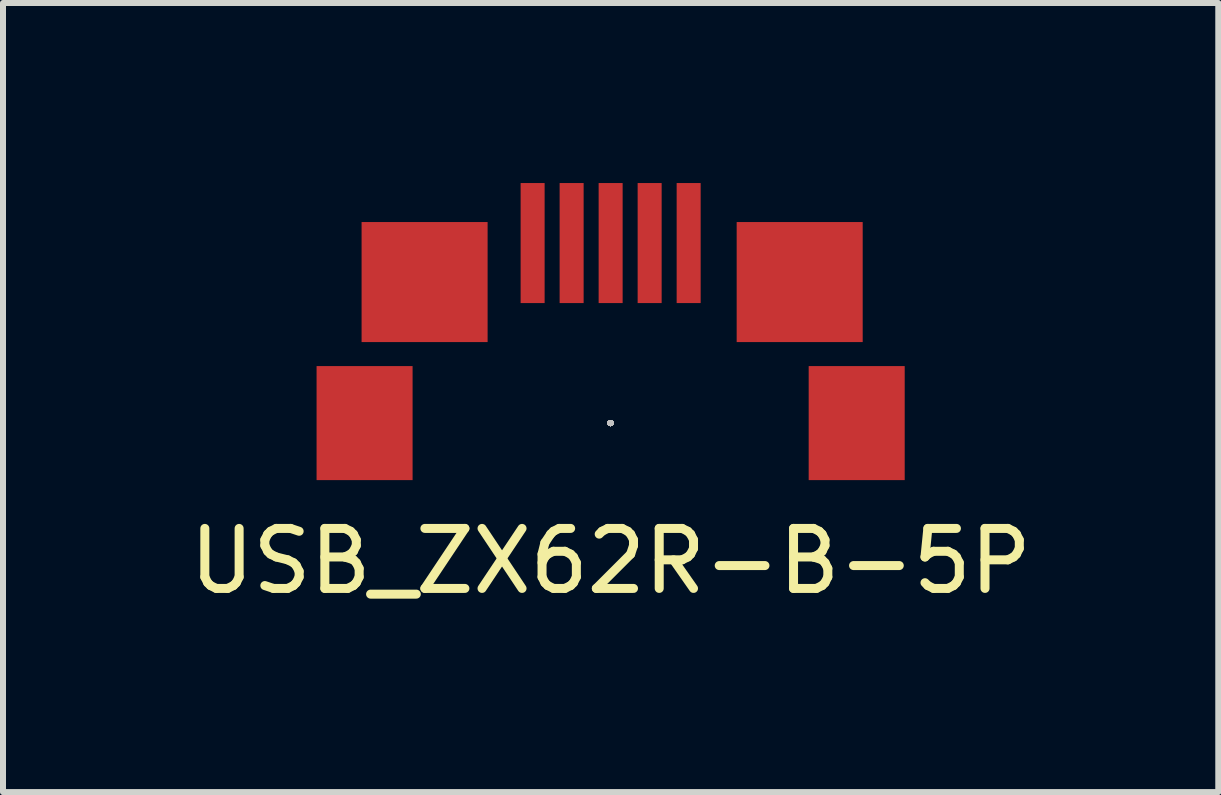
<source format=kicad_pcb>
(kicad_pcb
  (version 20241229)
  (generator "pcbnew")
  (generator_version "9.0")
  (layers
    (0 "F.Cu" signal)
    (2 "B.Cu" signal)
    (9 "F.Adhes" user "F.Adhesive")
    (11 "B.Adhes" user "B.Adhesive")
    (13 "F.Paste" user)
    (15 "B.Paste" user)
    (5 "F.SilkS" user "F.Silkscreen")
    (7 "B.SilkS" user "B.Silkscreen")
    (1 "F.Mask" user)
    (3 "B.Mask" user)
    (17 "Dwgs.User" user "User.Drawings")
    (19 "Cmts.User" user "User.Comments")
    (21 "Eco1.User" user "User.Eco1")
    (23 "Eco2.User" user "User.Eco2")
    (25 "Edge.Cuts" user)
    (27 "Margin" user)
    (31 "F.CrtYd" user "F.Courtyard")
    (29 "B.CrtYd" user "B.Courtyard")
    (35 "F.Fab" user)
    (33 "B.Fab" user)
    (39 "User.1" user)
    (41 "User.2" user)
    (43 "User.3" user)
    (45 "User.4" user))
  (footprint "USB_ZX62R-B-5P"
    (layer "F.Cu")
    (at 7.125 4)
    (property "Reference" "USB_ZX62R-B-5P" (at 0 2.3 0) (layer "F.SilkS") (effects (font (size 1 1) (thickness 0.15))))
    (attr through_hole)
    (fp_line (start 0 0) (end 0 0) (stroke (width 0.1) (type solid)) (layer "Dwgs.User"))
    (fp_line (start 0 0) (end 0 0) (stroke (width 0.1) (type solid)) (layer "Dwgs.User"))
    (fp_line (start 0 0) (end 0 0) (stroke (width 0.1) (type solid)) (layer "Dwgs.User"))
    (fp_line (start 0 0) (end 0 0) (stroke (width 0.1) (type solid)) (layer "Dwgs.User"))
    (fp_line (start 0 0) (end 0 0) (stroke (width 0.1) (type solid)) (layer "Dwgs.User"))
    (fp_line (start 0 0) (end 0 0) (stroke (width 0.1) (type solid)) (layer "Dwgs.User"))
    (fp_line (start 0 0) (end 0 0) (stroke (width 0.1) (type solid)) (layer "Dwgs.User"))
    (fp_line (start 0 0) (end 0 0) (stroke (width 0.1) (type solid)) (layer "Dwgs.User"))
    (fp_line (start 0 0) (end 0 0) (stroke (width 0.1) (type solid)) (layer "Dwgs.User"))
    (fp_line (start 0 0) (end 0 0) (stroke (width 0.1) (type solid)) (layer "Dwgs.User"))
    (fp_line (start 0 0) (end 0 0) (stroke (width 0.1) (type solid)) (layer "Dwgs.User"))
    (fp_line (start 0 0) (end 0 0) (stroke (width 0.1) (type solid)) (layer "Dwgs.User"))
    (fp_line (start 0 0) (end 0 0) (stroke (width 0.1) (type solid)) (layer "Dwgs.User"))
    (fp_line (start 0 0) (end 0 0) (stroke (width 0.1) (type solid)) (layer "Dwgs.User"))
    (fp_line (start 0 0) (end 0 0) (stroke (width 0.1) (type solid)) (layer "Dwgs.User"))
    (fp_line (start 0 0) (end 0 0) (stroke (width 0.1) (type solid)) (layer "Dwgs.User"))
    (fp_line (start 0 0) (end 0 0) (stroke (width 0.1) (type solid)) (layer "Dwgs.User"))
    (fp_line (start 0 0) (end 0 0) (stroke (width 0.1) (type solid)) (layer "Dwgs.User"))
    (fp_line (start 0 0) (end 0 0) (stroke (width 0.1) (type solid)) (layer "Dwgs.User"))
    (fp_line (start 0 0) (end 0 0) (stroke (width 0.1) (type solid)) (layer "Dwgs.User"))
    (fp_line (start 0 0) (end 0 0) (stroke (width 0.1) (type solid)) (layer "Dwgs.User"))
    (fp_line (start 0 0) (end 0 0) (stroke (width 0.1) (type solid)) (layer "Dwgs.User"))
    (fp_line (start 0 0) (end 0 0) (stroke (width 0.1) (type solid)) (layer "Dwgs.User"))
    (fp_line (start 0 0) (end 0 0) (stroke (width 0.1) (type solid)) (layer "Dwgs.User"))
    (fp_line (start 0 0) (end 0 0) (stroke (width 0.1) (type solid)) (layer "Dwgs.User"))
    (fp_line (start 0 0) (end 0 0) (stroke (width 0.1) (type solid)) (layer "Dwgs.User"))
    (fp_line (start 0 0) (end 0 0) (stroke (width 0.1) (type solid)) (layer "Dwgs.User"))
    (fp_line (start 0 0) (end 0 0) (stroke (width 0.1) (type solid)) (layer "Dwgs.User"))
    (fp_line (start 0 0) (end 0 0) (stroke (width 0.1) (type solid)) (layer "Dwgs.User"))
    (fp_line (start 0 0) (end 0 0) (stroke (width 0.1) (type solid)) (layer "Dwgs.User"))
    (fp_line (start 0 0) (end 0 0) (stroke (width 0.1) (type solid)) (layer "Dwgs.User"))
    (fp_line (start 0 0) (end 0 0) (stroke (width 0.1) (type solid)) (layer "Dwgs.User"))
    (fp_line (start 0 0) (end 0 0) (stroke (width 0.1) (type solid)) (layer "Dwgs.User"))
    (fp_line (start 0 0) (end 0 0) (stroke (width 0.1) (type solid)) (layer "Dwgs.User"))
    (fp_line (start 0 0) (end 0 0) (stroke (width 0.1) (type solid)) (layer "Dwgs.User"))
    (fp_line (start 0 0) (end 0 0) (stroke (width 0.1) (type solid)) (layer "Dwgs.User"))
    (fp_line (start 0 0) (end 0 0) (stroke (width 0.1) (type solid)) (layer "Dwgs.User"))
    (fp_line (start 0 0) (end 0 0) (stroke (width 0.1) (type solid)) (layer "Dwgs.User"))
    (fp_line (start 0 0) (end 0 0) (stroke (width 0.1) (type solid)) (layer "Dwgs.User"))
    (fp_line (start 0 0) (end 0 0) (stroke (width 0.1) (type solid)) (layer "Dwgs.User"))
    (fp_line (start 0 0) (end 0 0) (stroke (width 0.1) (type solid)) (layer "Dwgs.User"))
    (fp_line (start 0 0) (end 0 0) (stroke (width 0.1) (type solid)) (layer "Dwgs.User"))
    (fp_line (start 0 0) (end 0 0) (stroke (width 0.1) (type solid)) (layer "Dwgs.User"))
    (fp_line (start 0 0) (end 0 0) (stroke (width 0.1) (type solid)) (layer "Dwgs.User"))
    (fp_line (start 0 0) (end 0 0) (stroke (width 0.1) (type solid)) (layer "Dwgs.User"))
    (fp_line (start 0 0) (end 0 0) (stroke (width 0.1) (type solid)) (layer "Dwgs.User"))
    (fp_line (start 0 0) (end 0 0) (stroke (width 0.1) (type solid)) (layer "Dwgs.User"))
    (fp_line (start 0 0) (end 0 0) (stroke (width 0.1) (type solid)) (layer "Dwgs.User"))
    (fp_line (start 0 0) (end 0 0) (stroke (width 0.1) (type solid)) (layer "Dwgs.User"))
    (fp_line (start 0 0) (end 0 0) (stroke (width 0.1) (type solid)) (layer "Dwgs.User"))
    (fp_line (start 0 0) (end 0 0) (stroke (width 0.1) (type solid)) (layer "Dwgs.User"))
    (fp_line (start 0 0) (end 0 0) (stroke (width 0.1) (type solid)) (layer "Dwgs.User"))
    (fp_line (start 0 0) (end 0 0) (stroke (width 0.1) (type solid)) (layer "Dwgs.User"))
    (fp_line (start 0 0) (end 0 0) (stroke (width 0.1) (type solid)) (layer "Dwgs.User"))
    (fp_line (start 0 0) (end 0 0) (stroke (width 0.1) (type solid)) (layer "Dwgs.User"))
    (fp_line (start 0 0) (end 0 0) (stroke (width 0.1) (type solid)) (layer "Dwgs.User"))
    (fp_line (start 0 0) (end 0 0) (stroke (width 0.1) (type solid)) (layer "Dwgs.User"))
    (fp_line (start 0 0) (end 0 0) (stroke (width 0.1) (type solid)) (layer "Dwgs.User"))
    (fp_line (start 0 0) (end 0 0) (stroke (width 0.1) (type solid)) (layer "Dwgs.User"))
    (fp_line (start 0 0) (end 0 0) (stroke (width 0.1) (type solid)) (layer "Dwgs.User"))
    (fp_line (start 0 0) (end 0 0) (stroke (width 0.1) (type solid)) (layer "Dwgs.User"))
    (fp_line (start 0 0) (end 0 0) (stroke (width 0.1) (type solid)) (layer "Dwgs.User"))
    (fp_line (start 0 0) (end 0 0) (stroke (width 0.1) (type solid)) (layer "Dwgs.User"))
    (fp_line (start 0 0) (end 0 0) (stroke (width 0.1) (type solid)) (layer "Dwgs.User"))
    (fp_line (start 0 0) (end 0 0) (stroke (width 0.1) (type solid)) (layer "Dwgs.User"))
    (fp_line (start 0 0) (end 0 0) (stroke (width 0.1) (type solid)) (layer "Dwgs.User"))
    (fp_line (start 0 0) (end 0 0) (stroke (width 0.1) (type solid)) (layer "Dwgs.User"))
    (fp_line (start 0 0) (end 0 0) (stroke (width 0.1) (type solid)) (layer "Dwgs.User"))
    (fp_line (start 0 0) (end 0 0) (stroke (width 0.1) (type solid)) (layer "Dwgs.User"))
    (fp_line (start 0 0) (end 0 0) (stroke (width 0.1) (type solid)) (layer "Dwgs.User"))
    (fp_line (start 0 0) (end 0 0) (stroke (width 0.1) (type solid)) (layer "Dwgs.User"))
    (fp_line (start 0 0) (end 0 0) (stroke (width 0.1) (type solid)) (layer "Dwgs.User"))
    (fp_line (start 0 0) (end 0 0) (stroke (width 0.1) (type solid)) (layer "Dwgs.User"))
    (fp_line (start 0 0) (end 0 0) (stroke (width 0.1) (type solid)) (layer "Dwgs.User"))
    (fp_line (start 0 0) (end 0 0) (stroke (width 0.1) (type solid)) (layer "Dwgs.User"))
    (fp_line (start 0 0) (end 0 0) (stroke (width 0.1) (type solid)) (layer "Dwgs.User"))
    (fp_line (start 0 0) (end 0 0) (stroke (width 0.1) (type solid)) (layer "Dwgs.User"))
    (fp_line (start 0 0) (end 0 0) (stroke (width 0.1) (type solid)) (layer "Dwgs.User"))
    (fp_line (start 0 0) (end 0 0) (stroke (width 0.1) (type solid)) (layer "Dwgs.User"))
    (fp_line (start 0 0) (end 0 0) (stroke (width 0.1) (type solid)) (layer "Dwgs.User"))
    (fp_line (start 0 0) (end 0 0) (stroke (width 0.1) (type solid)) (layer "Dwgs.User"))
    (fp_line (start 0 0) (end 0 0) (stroke (width 0.1) (type solid)) (layer "Dwgs.User"))
    (fp_line (start 0 0) (end 0 0) (stroke (width 0.1) (type solid)) (layer "Dwgs.User"))
    (fp_line (start 0 0) (end 0 0) (stroke (width 0.1) (type solid)) (layer "Dwgs.User"))
    (fp_line (start 0 0) (end 0 0) (stroke (width 0.1) (type solid)) (layer "Dwgs.User"))
    (fp_line (start 0 0) (end 0 0) (stroke (width 0.1) (type solid)) (layer "Dwgs.User"))
    (fp_line (start 0 0) (end 0 0) (stroke (width 0.1) (type solid)) (layer "Dwgs.User"))
    (fp_line (start 0 0) (end 0 0) (stroke (width 0.1) (type solid)) (layer "Dwgs.User"))
    (fp_line (start 0 0) (end 0 0) (stroke (width 0.1) (type solid)) (layer "Dwgs.User"))
    (fp_line (start 0 0) (end 0 0) (stroke (width 0.1) (type solid)) (layer "Dwgs.User"))
    (fp_line (start 0 0) (end 0 0) (stroke (width 0.1) (type solid)) (layer "Dwgs.User"))
    (fp_line (start 0 0) (end 0 0) (stroke (width 0.1) (type solid)) (layer "Dwgs.User"))
    (fp_line (start 0 0) (end 0 0) (stroke (width 0.1) (type solid)) (layer "Dwgs.User"))
    (fp_line (start 0 0) (end 0 0) (stroke (width 0.1) (type solid)) (layer "Dwgs.User"))
    (fp_line (start 0 0) (end 0 0) (stroke (width 0.1) (type solid)) (layer "Dwgs.User"))
    (fp_line (start 0 0) (end 0 0) (stroke (width 0.1) (type solid)) (layer "Dwgs.User"))
    (fp_line (start 0 0) (end 0 0) (stroke (width 0.1) (type solid)) (layer "Dwgs.User"))
    (fp_line (start 0 0) (end 0 0) (stroke (width 0.1) (type solid)) (layer "Dwgs.User"))
    (fp_line (start 0 0) (end 0 0) (stroke (width 0.1) (type solid)) (layer "Dwgs.User"))
    (fp_line (start 0 0) (end 0 0) (stroke (width 0.1) (type solid)) (layer "Dwgs.User"))
    (fp_line (start 0 0) (end 0 0) (stroke (width 0.1) (type solid)) (layer "Dwgs.User"))
    (fp_line (start 0 0) (end 0 0) (stroke (width 0.1) (type solid)) (layer "Dwgs.User"))
    (fp_line (start 0 0) (end 0 0) (stroke (width 0.1) (type solid)) (layer "Dwgs.User"))
    (fp_line (start 0 0) (end 0 0) (stroke (width 0.1) (type solid)) (layer "Dwgs.User"))
    (fp_line (start 0 0) (end 0 0) (stroke (width 0.1) (type solid)) (layer "Dwgs.User"))
    (fp_line (start 0 0) (end 0 0) (stroke (width 0.1) (type solid)) (layer "Dwgs.User"))
    (fp_line (start 0 0) (end 0 0) (stroke (width 0.1) (type solid)) (layer "Dwgs.User"))
    (fp_line (start 0 0) (end 0 0) (stroke (width 0.1) (type solid)) (layer "Dwgs.User"))
    (pad "1" smd rect (at 1.3 -3) (size 0.4 2) (layers "F.Cu" "F.Mask" "F.Paste"))
    (pad "2" smd rect (at 0.65 -3) (size 0.4 2) (layers "F.Cu" "F.Mask" "F.Paste"))
    (pad "3" smd rect (at 0 -3) (size 0.4 2) (layers "F.Cu" "F.Mask" "F.Paste"))
    (pad "4" smd rect (at -0.65 -3) (size 0.4 2) (layers "F.Cu" "F.Mask" "F.Paste"))
    (pad "5" smd rect (at -1.3 -3) (size 0.4 2) (layers "F.Cu" "F.Mask" "F.Paste"))
    (pad "6" smd rect (at -3.1 -2.35) (size 2.1 2) (layers "F.Cu" "F.Mask" "F.Paste"))
    (pad "7" smd rect (at -4.1 0) (size 1.6 1.9) (layers "F.Cu" "F.Mask" "F.Paste"))
    (pad "8" smd rect (at 4.1 0) (size 1.6 1.9) (layers "F.Cu" "F.Mask" "F.Paste"))
    (pad "9" smd rect (at 3.15 -2.35) (size 2.1 2) (layers "F.Cu" "F.Mask" "F.Paste")))
  (gr_rect
    (start -3 -3)
    (end 17.25 10.148)
    (stroke (width 0.1) (type default))
    (fill no)
    (layer "Edge.Cuts")))
</source>
